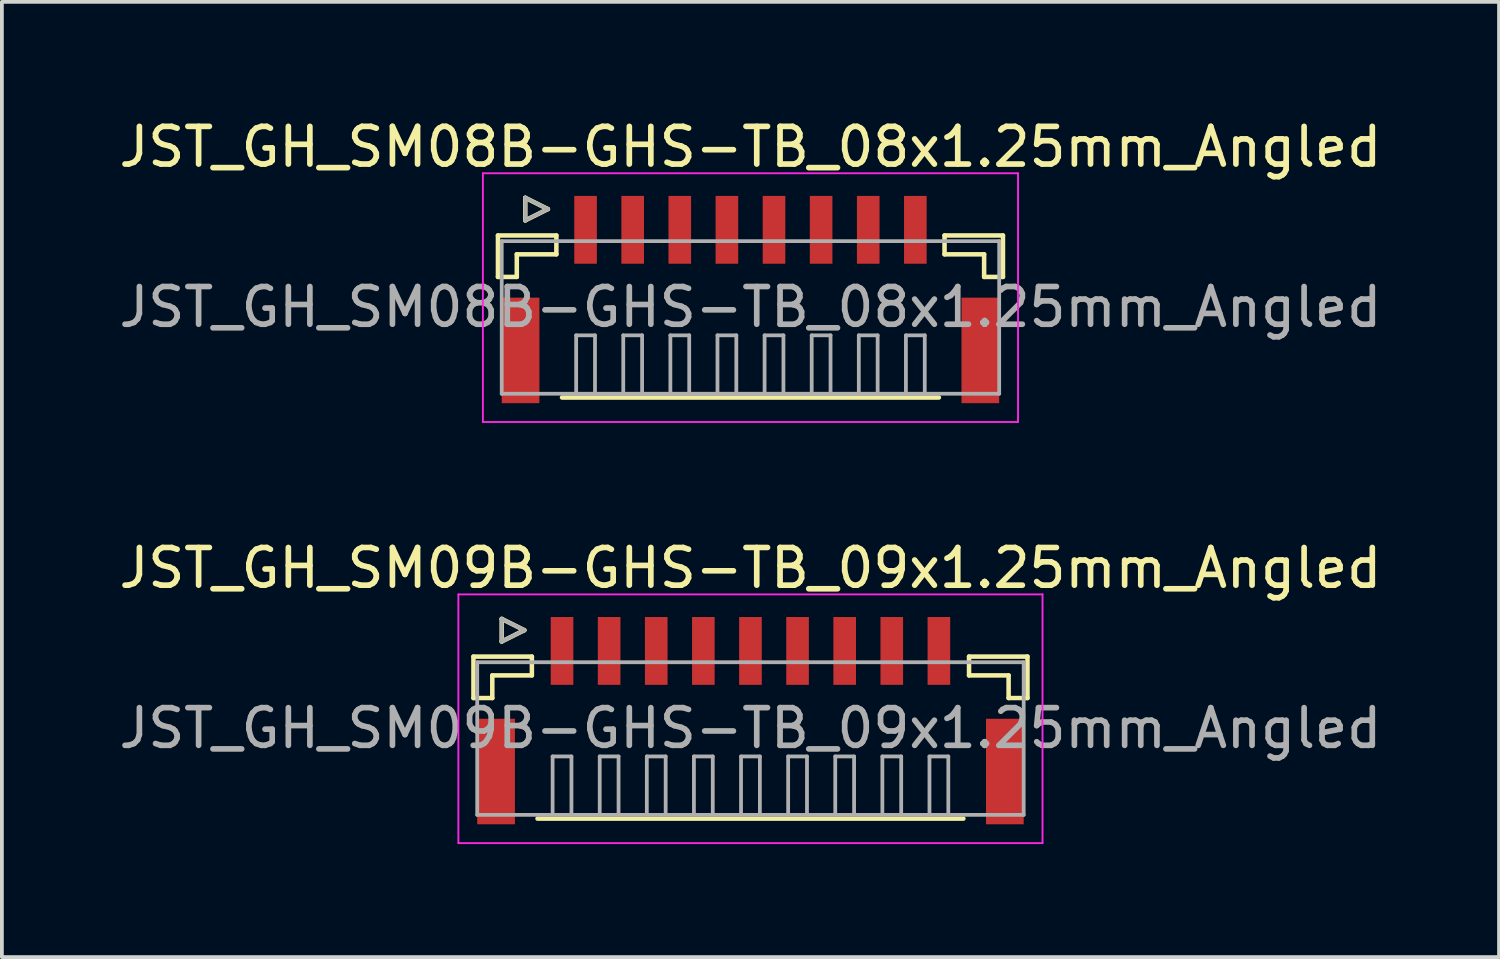
<source format=kicad_pcb>
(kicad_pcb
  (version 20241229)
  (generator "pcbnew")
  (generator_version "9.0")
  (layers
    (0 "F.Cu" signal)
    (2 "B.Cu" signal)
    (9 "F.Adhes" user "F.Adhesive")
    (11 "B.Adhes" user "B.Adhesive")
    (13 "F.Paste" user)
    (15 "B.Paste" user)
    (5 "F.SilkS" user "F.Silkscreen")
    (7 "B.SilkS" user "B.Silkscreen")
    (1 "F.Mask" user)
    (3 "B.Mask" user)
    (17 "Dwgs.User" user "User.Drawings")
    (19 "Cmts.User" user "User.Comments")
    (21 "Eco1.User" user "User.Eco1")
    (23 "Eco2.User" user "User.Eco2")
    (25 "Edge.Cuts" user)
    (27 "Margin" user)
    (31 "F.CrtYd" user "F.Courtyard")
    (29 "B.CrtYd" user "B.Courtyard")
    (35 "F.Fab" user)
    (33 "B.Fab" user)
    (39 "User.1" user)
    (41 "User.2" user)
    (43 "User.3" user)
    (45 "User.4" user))
  (footprint "JST_GH_SM08B-GHS-TB_08x1.25mm_Angled"
    (layer "F.Cu")
    (at 16.863 4.648)
    (property "Reference" "JST_GH_SM08B-GHS-TB_08x1.25mm_Angled" (at 0 -3.8 0) (layer "F.SilkS") (effects (font (size 1 1) (thickness 0.15))))
    (attr smd)
    (fp_line (start -6.7 -1.45) (end -5.15 -1.45) (stroke (width 0.12) (type solid)) (layer "F.SilkS"))
    (fp_line (start -6.7 -0.35) (end -6.7 -1.45) (stroke (width 0.12) (type solid)) (layer "F.SilkS"))
    (fp_line (start -6.2 -0.95) (end -6.2 -0.35) (stroke (width 0.12) (type solid)) (layer "F.SilkS"))
    (fp_line (start -6.2 -0.35) (end -6.7 -0.35) (stroke (width 0.12) (type solid)) (layer "F.SilkS"))
    (fp_line (start -5.975 -2.45) (end -5.975 -1.85) (stroke (width 0.12) (type solid)) (layer "F.SilkS"))
    (fp_line (start -5.975 -1.85) (end -5.375 -2.15) (stroke (width 0.12) (type solid)) (layer "F.SilkS"))
    (fp_line (start -5.375 -2.15) (end -5.975 -2.45) (stroke (width 0.12) (type solid)) (layer "F.SilkS"))
    (fp_line (start -5.15 -1.45) (end -5.15 -0.95) (stroke (width 0.12) (type solid)) (layer "F.SilkS"))
    (fp_line (start -5.15 -0.95) (end -6.2 -0.95) (stroke (width 0.12) (type solid)) (layer "F.SilkS"))
    (fp_line (start -5 2.85) (end 5 2.85) (stroke (width 0.12) (type solid)) (layer "F.SilkS"))
    (fp_line (start 5.15 -1.45) (end 5.15 -0.95) (stroke (width 0.12) (type solid)) (layer "F.SilkS"))
    (fp_line (start 5.15 -0.95) (end 6.2 -0.95) (stroke (width 0.12) (type solid)) (layer "F.SilkS"))
    (fp_line (start 6.2 -0.95) (end 6.2 -0.35) (stroke (width 0.12) (type solid)) (layer "F.SilkS"))
    (fp_line (start 6.2 -0.35) (end 6.7 -0.35) (stroke (width 0.12) (type solid)) (layer "F.SilkS"))
    (fp_line (start 6.7 -1.45) (end 5.15 -1.45) (stroke (width 0.12) (type solid)) (layer "F.SilkS"))
    (fp_line (start 6.7 -0.35) (end 6.7 -1.45) (stroke (width 0.12) (type solid)) (layer "F.SilkS"))
    (fp_line (start -7.1 -3.1) (end -7.1 3.5) (stroke (width 0.05) (type solid)) (layer "F.CrtYd"))
    (fp_line (start -7.1 3.5) (end 7.1 3.5) (stroke (width 0.05) (type solid)) (layer "F.CrtYd"))
    (fp_line (start 7.1 -3.1) (end -7.1 -3.1) (stroke (width 0.05) (type solid)) (layer "F.CrtYd"))
    (fp_line (start 7.1 3.5) (end 7.1 -3.1) (stroke (width 0.05) (type solid)) (layer "F.CrtYd"))
    (fp_line (start -6.6 -1.3) (end -6.6 2.75) (stroke (width 0.1) (type solid)) (layer "F.Fab"))
    (fp_line (start -6.6 2.75) (end 6.6 2.75) (stroke (width 0.1) (type solid)) (layer "F.Fab"))
    (fp_line (start -5.975 -2.45) (end -5.975 -1.85) (stroke (width 0.1) (type solid)) (layer "F.Fab"))
    (fp_line (start -5.975 -1.85) (end -5.375 -2.15) (stroke (width 0.1) (type solid)) (layer "F.Fab"))
    (fp_line (start -5.375 -2.15) (end -5.975 -2.45) (stroke (width 0.1) (type solid)) (layer "F.Fab"))
    (fp_line (start -4.625 1.2) (end -4.125 1.2) (stroke (width 0.1) (type solid)) (layer "F.Fab"))
    (fp_line (start -4.625 2.7) (end -4.625 1.2) (stroke (width 0.1) (type solid)) (layer "F.Fab"))
    (fp_line (start -4.125 1.2) (end -4.125 2.7) (stroke (width 0.1) (type solid)) (layer "F.Fab"))
    (fp_line (start -3.375 1.2) (end -2.875 1.2) (stroke (width 0.1) (type solid)) (layer "F.Fab"))
    (fp_line (start -3.375 2.7) (end -3.375 1.2) (stroke (width 0.1) (type solid)) (layer "F.Fab"))
    (fp_line (start -2.875 1.2) (end -2.875 2.7) (stroke (width 0.1) (type solid)) (layer "F.Fab"))
    (fp_line (start -2.125 1.2) (end -1.625 1.2) (stroke (width 0.1) (type solid)) (layer "F.Fab"))
    (fp_line (start -2.125 2.7) (end -2.125 1.2) (stroke (width 0.1) (type solid)) (layer "F.Fab"))
    (fp_line (start -1.625 1.2) (end -1.625 2.7) (stroke (width 0.1) (type solid)) (layer "F.Fab"))
    (fp_line (start -0.875 1.2) (end -0.375 1.2) (stroke (width 0.1) (type solid)) (layer "F.Fab"))
    (fp_line (start -0.875 2.7) (end -0.875 1.2) (stroke (width 0.1) (type solid)) (layer "F.Fab"))
    (fp_line (start -0.375 1.2) (end -0.375 2.7) (stroke (width 0.1) (type solid)) (layer "F.Fab"))
    (fp_line (start 0.375 1.2) (end 0.875 1.2) (stroke (width 0.1) (type solid)) (layer "F.Fab"))
    (fp_line (start 0.375 2.7) (end 0.375 1.2) (stroke (width 0.1) (type solid)) (layer "F.Fab"))
    (fp_line (start 0.875 1.2) (end 0.875 2.7) (stroke (width 0.1) (type solid)) (layer "F.Fab"))
    (fp_line (start 1.625 1.2) (end 2.125 1.2) (stroke (width 0.1) (type solid)) (layer "F.Fab"))
    (fp_line (start 1.625 2.7) (end 1.625 1.2) (stroke (width 0.1) (type solid)) (layer "F.Fab"))
    (fp_line (start 2.125 1.2) (end 2.125 2.7) (stroke (width 0.1) (type solid)) (layer "F.Fab"))
    (fp_line (start 2.875 1.2) (end 3.375 1.2) (stroke (width 0.1) (type solid)) (layer "F.Fab"))
    (fp_line (start 2.875 2.7) (end 2.875 1.2) (stroke (width 0.1) (type solid)) (layer "F.Fab"))
    (fp_line (start 3.375 1.2) (end 3.375 2.7) (stroke (width 0.1) (type solid)) (layer "F.Fab"))
    (fp_line (start 4.125 1.2) (end 4.625 1.2) (stroke (width 0.1) (type solid)) (layer "F.Fab"))
    (fp_line (start 4.125 2.7) (end 4.125 1.2) (stroke (width 0.1) (type solid)) (layer "F.Fab"))
    (fp_line (start 4.625 1.2) (end 4.625 2.7) (stroke (width 0.1) (type solid)) (layer "F.Fab"))
    (fp_line (start 6.6 -1.3) (end -6.6 -1.3) (stroke (width 0.1) (type solid)) (layer "F.Fab"))
    (fp_line (start 6.6 2.75) (end 6.6 -1.3) (stroke (width 0.1) (type solid)) (layer "F.Fab"))
    (fp_text user "${REFERENCE}" (at 0 0.45 0) (layer "F.Fab") (effects (font (size 1 1) (thickness 0.15))))
    (pad "" smd rect (at -6.1 1.6) (size 1 2.8) (layers "F.Cu" "F.Mask" "F.Paste"))
    (pad "" smd rect (at 6.1 1.6) (size 1 2.8) (layers "F.Cu" "F.Mask" "F.Paste"))
    (pad "1" smd rect (at -4.375 -1.6) (size 0.6 1.8) (layers "F.Cu" "F.Mask" "F.Paste"))
    (pad "2" smd rect (at -3.125 -1.6) (size 0.6 1.8) (layers "F.Cu" "F.Mask" "F.Paste"))
    (pad "3" smd rect (at -1.875 -1.6) (size 0.6 1.8) (layers "F.Cu" "F.Mask" "F.Paste"))
    (pad "4" smd rect (at -0.625 -1.6) (size 0.6 1.8) (layers "F.Cu" "F.Mask" "F.Paste"))
    (pad "5" smd rect (at 0.625 -1.6) (size 0.6 1.8) (layers "F.Cu" "F.Mask" "F.Paste"))
    (pad "6" smd rect (at 1.875 -1.6) (size 0.6 1.8) (layers "F.Cu" "F.Mask" "F.Paste"))
    (pad "7" smd rect (at 3.125 -1.6) (size 0.6 1.8) (layers "F.Cu" "F.Mask" "F.Paste"))
    (pad "8" smd rect (at 4.375 -1.6) (size 0.6 1.8) (layers "F.Cu" "F.Mask" "F.Paste")))
  (footprint "JST_GH_SM09B-GHS-TB_09x1.25mm_Angled"
    (layer "F.Cu")
    (at 16.863 15.822)
    (property "Reference" "JST_GH_SM09B-GHS-TB_09x1.25mm_Angled" (at 0 -3.8 0) (layer "F.SilkS") (effects (font (size 1 1) (thickness 0.15))))
    (attr smd)
    (fp_line (start -7.35 -1.45) (end -5.8 -1.45) (stroke (width 0.12) (type solid)) (layer "F.SilkS"))
    (fp_line (start -7.35 -0.35) (end -7.35 -1.45) (stroke (width 0.12) (type solid)) (layer "F.SilkS"))
    (fp_line (start -6.85 -0.95) (end -6.85 -0.35) (stroke (width 0.12) (type solid)) (layer "F.SilkS"))
    (fp_line (start -6.85 -0.35) (end -7.35 -0.35) (stroke (width 0.12) (type solid)) (layer "F.SilkS"))
    (fp_line (start -6.6 -2.45) (end -6.6 -1.85) (stroke (width 0.12) (type solid)) (layer "F.SilkS"))
    (fp_line (start -6.6 -1.85) (end -6 -2.15) (stroke (width 0.12) (type solid)) (layer "F.SilkS"))
    (fp_line (start -6 -2.15) (end -6.6 -2.45) (stroke (width 0.12) (type solid)) (layer "F.SilkS"))
    (fp_line (start -5.8 -1.45) (end -5.8 -0.95) (stroke (width 0.12) (type solid)) (layer "F.SilkS"))
    (fp_line (start -5.8 -0.95) (end -6.85 -0.95) (stroke (width 0.12) (type solid)) (layer "F.SilkS"))
    (fp_line (start -5.65 2.85) (end 5.65 2.85) (stroke (width 0.12) (type solid)) (layer "F.SilkS"))
    (fp_line (start 5.8 -1.45) (end 5.8 -0.95) (stroke (width 0.12) (type solid)) (layer "F.SilkS"))
    (fp_line (start 5.8 -0.95) (end 6.85 -0.95) (stroke (width 0.12) (type solid)) (layer "F.SilkS"))
    (fp_line (start 6.85 -0.95) (end 6.85 -0.35) (stroke (width 0.12) (type solid)) (layer "F.SilkS"))
    (fp_line (start 6.85 -0.35) (end 7.35 -0.35) (stroke (width 0.12) (type solid)) (layer "F.SilkS"))
    (fp_line (start 7.35 -1.45) (end 5.8 -1.45) (stroke (width 0.12) (type solid)) (layer "F.SilkS"))
    (fp_line (start 7.35 -0.35) (end 7.35 -1.45) (stroke (width 0.12) (type solid)) (layer "F.SilkS"))
    (fp_line (start -7.75 -3.1) (end -7.75 3.5) (stroke (width 0.05) (type solid)) (layer "F.CrtYd"))
    (fp_line (start -7.75 3.5) (end 7.75 3.5) (stroke (width 0.05) (type solid)) (layer "F.CrtYd"))
    (fp_line (start 7.75 -3.1) (end -7.75 -3.1) (stroke (width 0.05) (type solid)) (layer "F.CrtYd"))
    (fp_line (start 7.75 3.5) (end 7.75 -3.1) (stroke (width 0.05) (type solid)) (layer "F.CrtYd"))
    (fp_line (start -7.25 -1.3) (end -7.25 2.75) (stroke (width 0.1) (type solid)) (layer "F.Fab"))
    (fp_line (start -7.25 2.75) (end 7.25 2.75) (stroke (width 0.1) (type solid)) (layer "F.Fab"))
    (fp_line (start -6.6 -2.45) (end -6.6 -1.85) (stroke (width 0.1) (type solid)) (layer "F.Fab"))
    (fp_line (start -6.6 -1.85) (end -6 -2.15) (stroke (width 0.1) (type solid)) (layer "F.Fab"))
    (fp_line (start -6 -2.15) (end -6.6 -2.45) (stroke (width 0.1) (type solid)) (layer "F.Fab"))
    (fp_line (start -5.25 1.2) (end -4.75 1.2) (stroke (width 0.1) (type solid)) (layer "F.Fab"))
    (fp_line (start -5.25 2.7) (end -5.25 1.2) (stroke (width 0.1) (type solid)) (layer "F.Fab"))
    (fp_line (start -4.75 1.2) (end -4.75 2.7) (stroke (width 0.1) (type solid)) (layer "F.Fab"))
    (fp_line (start -4 1.2) (end -3.5 1.2) (stroke (width 0.1) (type solid)) (layer "F.Fab"))
    (fp_line (start -4 2.7) (end -4 1.2) (stroke (width 0.1) (type solid)) (layer "F.Fab"))
    (fp_line (start -3.5 1.2) (end -3.5 2.7) (stroke (width 0.1) (type solid)) (layer "F.Fab"))
    (fp_line (start -2.75 1.2) (end -2.25 1.2) (stroke (width 0.1) (type solid)) (layer "F.Fab"))
    (fp_line (start -2.75 2.7) (end -2.75 1.2) (stroke (width 0.1) (type solid)) (layer "F.Fab"))
    (fp_line (start -2.25 1.2) (end -2.25 2.7) (stroke (width 0.1) (type solid)) (layer "F.Fab"))
    (fp_line (start -1.5 1.2) (end -1 1.2) (stroke (width 0.1) (type solid)) (layer "F.Fab"))
    (fp_line (start -1.5 2.7) (end -1.5 1.2) (stroke (width 0.1) (type solid)) (layer "F.Fab"))
    (fp_line (start -1 1.2) (end -1 2.7) (stroke (width 0.1) (type solid)) (layer "F.Fab"))
    (fp_line (start -0.25 1.2) (end 0.25 1.2) (stroke (width 0.1) (type solid)) (layer "F.Fab"))
    (fp_line (start -0.25 2.7) (end -0.25 1.2) (stroke (width 0.1) (type solid)) (layer "F.Fab"))
    (fp_line (start 0.25 1.2) (end 0.25 2.7) (stroke (width 0.1) (type solid)) (layer "F.Fab"))
    (fp_line (start 1 1.2) (end 1.5 1.2) (stroke (width 0.1) (type solid)) (layer "F.Fab"))
    (fp_line (start 1 2.7) (end 1 1.2) (stroke (width 0.1) (type solid)) (layer "F.Fab"))
    (fp_line (start 1.5 1.2) (end 1.5 2.7) (stroke (width 0.1) (type solid)) (layer "F.Fab"))
    (fp_line (start 2.25 1.2) (end 2.75 1.2) (stroke (width 0.1) (type solid)) (layer "F.Fab"))
    (fp_line (start 2.25 2.7) (end 2.25 1.2) (stroke (width 0.1) (type solid)) (layer "F.Fab"))
    (fp_line (start 2.75 1.2) (end 2.75 2.7) (stroke (width 0.1) (type solid)) (layer "F.Fab"))
    (fp_line (start 3.5 1.2) (end 4 1.2) (stroke (width 0.1) (type solid)) (layer "F.Fab"))
    (fp_line (start 3.5 2.7) (end 3.5 1.2) (stroke (width 0.1) (type solid)) (layer "F.Fab"))
    (fp_line (start 4 1.2) (end 4 2.7) (stroke (width 0.1) (type solid)) (layer "F.Fab"))
    (fp_line (start 4.75 1.2) (end 5.25 1.2) (stroke (width 0.1) (type solid)) (layer "F.Fab"))
    (fp_line (start 4.75 2.7) (end 4.75 1.2) (stroke (width 0.1) (type solid)) (layer "F.Fab"))
    (fp_line (start 5.25 1.2) (end 5.25 2.7) (stroke (width 0.1) (type solid)) (layer "F.Fab"))
    (fp_line (start 7.25 -1.3) (end -7.25 -1.3) (stroke (width 0.1) (type solid)) (layer "F.Fab"))
    (fp_line (start 7.25 2.75) (end 7.25 -1.3) (stroke (width 0.1) (type solid)) (layer "F.Fab"))
    (fp_text user "${REFERENCE}" (at 0 0.45 0) (layer "F.Fab") (effects (font (size 1 1) (thickness 0.15))))
    (pad "" smd rect (at -6.75 1.6) (size 1 2.8) (layers "F.Cu" "F.Mask" "F.Paste"))
    (pad "" smd rect (at 6.75 1.6) (size 1 2.8) (layers "F.Cu" "F.Mask" "F.Paste"))
    (pad "1" smd rect (at -5 -1.6) (size 0.6 1.8) (layers "F.Cu" "F.Mask" "F.Paste"))
    (pad "2" smd rect (at -3.75 -1.6) (size 0.6 1.8) (layers "F.Cu" "F.Mask" "F.Paste"))
    (pad "3" smd rect (at -2.5 -1.6) (size 0.6 1.8) (layers "F.Cu" "F.Mask" "F.Paste"))
    (pad "4" smd rect (at -1.25 -1.6) (size 0.6 1.8) (layers "F.Cu" "F.Mask" "F.Paste"))
    (pad "5" smd rect (at 0 -1.6) (size 0.6 1.8) (layers "F.Cu" "F.Mask" "F.Paste"))
    (pad "6" smd rect (at 1.25 -1.6) (size 0.6 1.8) (layers "F.Cu" "F.Mask" "F.Paste"))
    (pad "7" smd rect (at 2.5 -1.6) (size 0.6 1.8) (layers "F.Cu" "F.Mask" "F.Paste"))
    (pad "8" smd rect (at 3.75 -1.6) (size 0.6 1.8) (layers "F.Cu" "F.Mask" "F.Paste"))
    (pad "9" smd rect (at 5 -1.6) (size 0.6 1.8) (layers "F.Cu" "F.Mask" "F.Paste")))
  (gr_rect
    (start -3 -3)
    (end 36.726 22.346)
    (stroke (width 0.1) (type default))
    (fill no)
    (layer "Edge.Cuts")))
</source>
